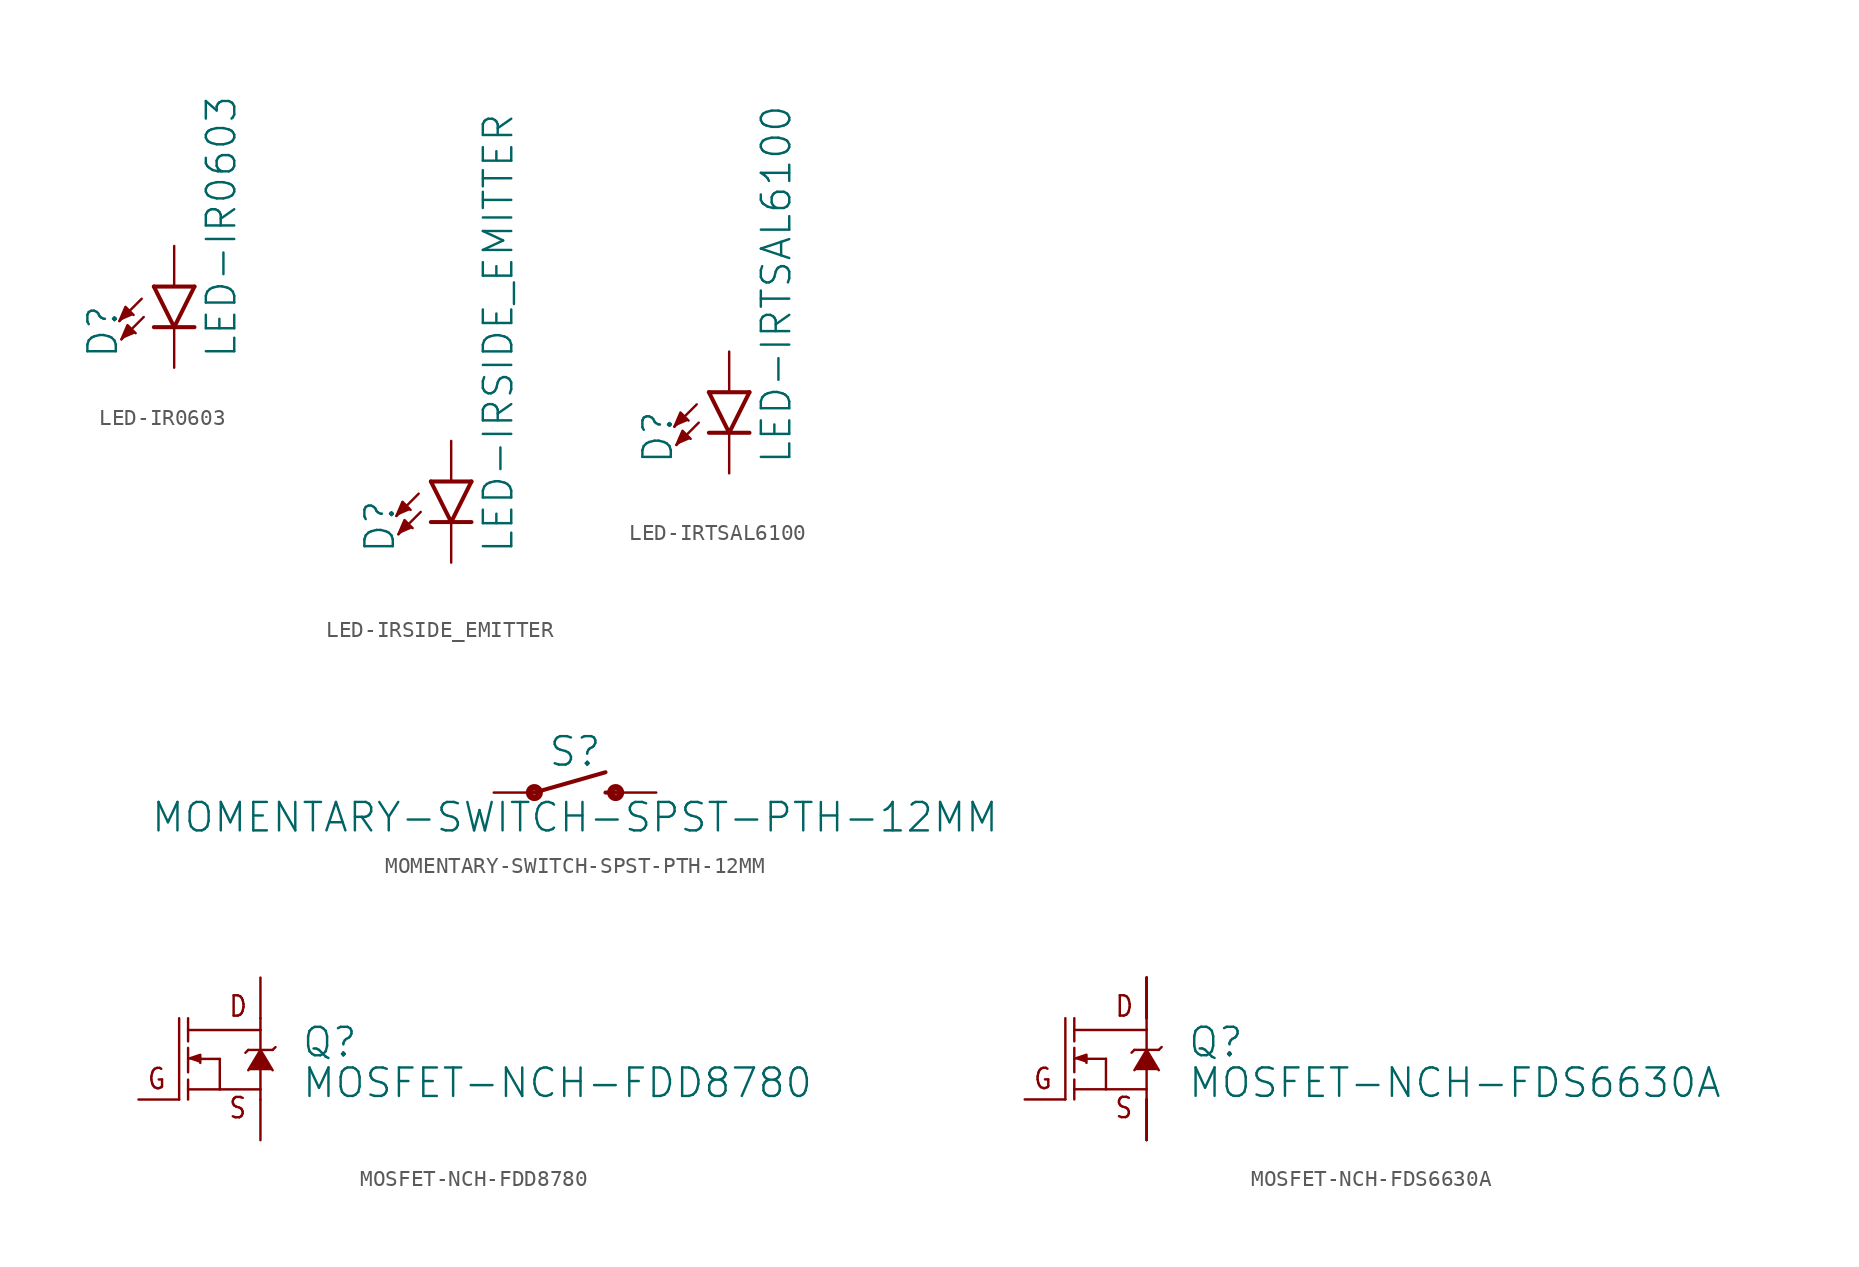
<source format=kicad_sym>
(kicad_symbol_lib
  (version 20211014)
  (generator kicad_symbol_editor)
  (symbol "LED-IR0603"
    (property "Reference" "D"
      (at -3.429 -4.572 90)
      (effects (font (size 1.778 1.778)) (justify left bottom)))
    (property "Value" "LED-IR0603"
      (at 1.905 -4.572 90)
      (effects (font (size 1.778 1.778)) (justify left top)))
    (property "ki_locked" ""
      (at 0 0 0)
      (effects (font (size 1.27 1.27))))
    (symbol "LED-IR0603_1_0"
      (polyline (pts (xy -2.032 -0.762) (xy -3.429 -2.159)) (stroke (width 0.152) (type default) (color 0 0 0 0)) (fill (type none)))
      (polyline (pts (xy -1.905 -1.905) (xy -3.302 -3.302)) (stroke (width 0.152) (type default) (color 0 0 0 0)) (fill (type none)))
      (polyline (pts (xy 0 -2.54) (xy -1.27 -2.54)) (stroke (width 0.254) (type default) (color 0 0 0 0)) (fill (type none)))
      (polyline (pts (xy 0 -2.54) (xy -1.27 0)) (stroke (width 0.254) (type default) (color 0 0 0 0)) (fill (type none)))
      (polyline (pts (xy 1.27 -2.54) (xy 0 -2.54)) (stroke (width 0.254) (type default) (color 0 0 0 0)) (fill (type none)))
      (polyline (pts (xy 1.27 0) (xy -1.27 0)) (stroke (width 0.254) (type default) (color 0 0 0 0)) (fill (type none)))
      (polyline (pts (xy 1.27 0) (xy 0 -2.54)) (stroke (width 0.254) (type default) (color 0 0 0 0)) (fill (type none)))
      (polyline (pts (xy -3.429 -2.159) (xy -3.048 -1.27) (xy -2.54 -1.778)) (stroke (width 0) (type default) (color 0 0 0 0)) (fill (type outline)))
      (polyline (pts (xy -3.302 -3.302) (xy -2.921 -2.413) (xy -2.413 -2.921)) (stroke (width 0) (type default) (color 0 0 0 0)) (fill (type outline)))
      (pin passive line (at 0 2.54 270) (length 2.54) (name "A" (effects (font (size 0 0)))) (number "A" (effects (font (size 0 0)))))
      (pin passive line (at 0 -5.08 90) (length 2.54) (name "C" (effects (font (size 0 0)))) (number "C" (effects (font (size 0 0)))))))
  (symbol "LED-IRSIDE_EMITTER"
    (property "Reference" "D"
      (at -3.429 -4.572 90)
      (effects (font (size 1.778 1.778)) (justify left bottom)))
    (property "Value" "LED-IRSIDE_EMITTER"
      (at 1.905 -4.572 90)
      (effects (font (size 1.778 1.778)) (justify left top)))
    (property "ki_locked" ""
      (at 0 0 0)
      (effects (font (size 1.27 1.27))))
    (symbol "LED-IRSIDE_EMITTER_1_0"
      (polyline (pts (xy -2.032 -0.762) (xy -3.429 -2.159)) (stroke (width 0.152) (type default) (color 0 0 0 0)) (fill (type none)))
      (polyline (pts (xy -1.905 -1.905) (xy -3.302 -3.302)) (stroke (width 0.152) (type default) (color 0 0 0 0)) (fill (type none)))
      (polyline (pts (xy 0 -2.54) (xy -1.27 -2.54)) (stroke (width 0.254) (type default) (color 0 0 0 0)) (fill (type none)))
      (polyline (pts (xy 0 -2.54) (xy -1.27 0)) (stroke (width 0.254) (type default) (color 0 0 0 0)) (fill (type none)))
      (polyline (pts (xy 1.27 -2.54) (xy 0 -2.54)) (stroke (width 0.254) (type default) (color 0 0 0 0)) (fill (type none)))
      (polyline (pts (xy 1.27 0) (xy -1.27 0)) (stroke (width 0.254) (type default) (color 0 0 0 0)) (fill (type none)))
      (polyline (pts (xy 1.27 0) (xy 0 -2.54)) (stroke (width 0.254) (type default) (color 0 0 0 0)) (fill (type none)))
      (polyline (pts (xy -3.429 -2.159) (xy -3.048 -1.27) (xy -2.54 -1.778)) (stroke (width 0) (type default) (color 0 0 0 0)) (fill (type outline)))
      (polyline (pts (xy -3.302 -3.302) (xy -2.921 -2.413) (xy -2.413 -2.921)) (stroke (width 0) (type default) (color 0 0 0 0)) (fill (type outline)))
      (pin passive line (at 0 2.54 270) (length 2.54) (name "A" (effects (font (size 0 0)))) (number "A" (effects (font (size 0 0)))))
      (pin passive line (at 0 -5.08 90) (length 2.54) (name "C" (effects (font (size 0 0)))) (number "C" (effects (font (size 0 0)))))))
  (symbol "LED-IRTSAL6100"
    (property "Reference" "D"
      (at -3.429 -4.572 90)
      (effects (font (size 1.778 1.778)) (justify left bottom)))
    (property "Value" "LED-IRTSAL6100"
      (at 1.905 -4.572 90)
      (effects (font (size 1.778 1.778)) (justify left top)))
    (property "ki_locked" ""
      (at 0 0 0)
      (effects (font (size 1.27 1.27))))
    (symbol "LED-IRTSAL6100_1_0"
      (polyline (pts (xy -2.032 -0.762) (xy -3.429 -2.159)) (stroke (width 0.152) (type default) (color 0 0 0 0)) (fill (type none)))
      (polyline (pts (xy -1.905 -1.905) (xy -3.302 -3.302)) (stroke (width 0.152) (type default) (color 0 0 0 0)) (fill (type none)))
      (polyline (pts (xy 0 -2.54) (xy -1.27 -2.54)) (stroke (width 0.254) (type default) (color 0 0 0 0)) (fill (type none)))
      (polyline (pts (xy 0 -2.54) (xy -1.27 0)) (stroke (width 0.254) (type default) (color 0 0 0 0)) (fill (type none)))
      (polyline (pts (xy 1.27 -2.54) (xy 0 -2.54)) (stroke (width 0.254) (type default) (color 0 0 0 0)) (fill (type none)))
      (polyline (pts (xy 1.27 0) (xy -1.27 0)) (stroke (width 0.254) (type default) (color 0 0 0 0)) (fill (type none)))
      (polyline (pts (xy 1.27 0) (xy 0 -2.54)) (stroke (width 0.254) (type default) (color 0 0 0 0)) (fill (type none)))
      (polyline (pts (xy -3.429 -2.159) (xy -3.048 -1.27) (xy -2.54 -1.778)) (stroke (width 0) (type default) (color 0 0 0 0)) (fill (type outline)))
      (polyline (pts (xy -3.302 -3.302) (xy -2.921 -2.413) (xy -2.413 -2.921)) (stroke (width 0) (type default) (color 0 0 0 0)) (fill (type outline)))
      (pin passive line (at 0 2.54 270) (length 2.54) (name "A" (effects (font (size 0 0)))) (number "A" (effects (font (size 0 0)))))
      (pin passive line (at 0 -5.08 90) (length 2.54) (name "C" (effects (font (size 0 0)))) (number "K" (effects (font (size 0 0)))))))
  (symbol "MOMENTARY-SWITCH-SPST-PTH-12MM"
    (property "Reference" "S"
      (at 0 1.524 0)
      (effects (font (size 1.778 1.778)) (justify bottom)))
    (property "Value" "MOMENTARY-SWITCH-SPST-PTH-12MM"
      (at 0 -0.508 0)
      (effects (font (size 1.778 1.778)) (justify top)))
    (property "ki_locked" ""
      (at 0 0 0)
      (effects (font (size 1.27 1.27))))
    (symbol "MOMENTARY-SWITCH-SPST-PTH-12MM_1_0"
      (circle (center -2.54 0) (radius 0.127) (stroke (width 0.406) (type default) (color 0 0 0 0)) (fill (type none)))
      (polyline (pts (xy -2.54 0) (xy 1.905 1.27)) (stroke (width 0.254) (type default) (color 0 0 0 0)) (fill (type none)))
      (polyline (pts (xy 1.905 0) (xy 2.54 0)) (stroke (width 0.254) (type default) (color 0 0 0 0)) (fill (type none)))
      (circle (center 2.54 0) (radius 0.127) (stroke (width 0.406) (type default) (color 0 0 0 0)) (fill (type none)))
      (pin passive line (at -5.08 0 0) (length 2.54) (name "1" (effects (font (size 0 0)))) (number "1" (effects (font (size 0 0)))))
      (pin passive line (at 5.08 0 180) (length 2.54) (name "2" (effects (font (size 0 0)))) (number "3" (effects (font (size 0 0)))))))
  (symbol "MOSFET-NCH-FDD8780"
    (property "Reference" "Q"
      (at 5.08 0 0)
      (effects (font (size 1.778 1.778)) (justify left bottom)))
    (property "Value" "MOSFET-NCH-FDD8780"
      (at 5.08 -2.54 0)
      (effects (font (size 1.778 1.778)) (justify left bottom)))
    (property "ki_locked" ""
      (at 0 0 0)
      (effects (font (size 1.27 1.27))))
    (symbol "MOSFET-NCH-FDD8780_1_0"
      (polyline (pts (xy -2.54 -2.54) (xy -2.54 2.54)) (stroke (width 0.152) (type default) (color 0 0 0 0)) (fill (type none)))
      (polyline (pts (xy -1.981 -1.905) (xy -1.981 -2.54)) (stroke (width 0.152) (type default) (color 0 0 0 0)) (fill (type none)))
      (polyline (pts (xy -1.981 -1.905) (xy 0 -1.905)) (stroke (width 0.152) (type default) (color 0 0 0 0)) (fill (type none)))
      (polyline (pts (xy -1.981 -1.295) (xy -1.981 -1.905)) (stroke (width 0.152) (type default) (color 0 0 0 0)) (fill (type none)))
      (polyline (pts (xy -1.981 0.686) (xy -1.981 -0.838)) (stroke (width 0.152) (type default) (color 0 0 0 0)) (fill (type none)))
      (polyline (pts (xy -1.981 1.803) (xy -1.981 1.092)) (stroke (width 0.152) (type default) (color 0 0 0 0)) (fill (type none)))
      (polyline (pts (xy -1.981 1.803) (xy 2.54 1.803)) (stroke (width 0.152) (type default) (color 0 0 0 0)) (fill (type none)))
      (polyline (pts (xy -1.981 2.54) (xy -1.981 1.803)) (stroke (width 0.152) (type default) (color 0 0 0 0)) (fill (type none)))
      (polyline (pts (xy 0 -1.905) (xy 0 0)) (stroke (width 0.152) (type default) (color 0 0 0 0)) (fill (type none)))
      (polyline (pts (xy 0 0) (xy -1.219 0)) (stroke (width 0.152) (type default) (color 0 0 0 0)) (fill (type none)))
      (polyline (pts (xy 1.6 0.381) (xy 1.778 0.559)) (stroke (width 0.152) (type default) (color 0 0 0 0)) (fill (type none)))
      (polyline (pts (xy 2.54 -2.54) (xy 2.54 -1.905)) (stroke (width 0.152) (type default) (color 0 0 0 0)) (fill (type none)))
      (polyline (pts (xy 2.54 -1.905) (xy 0 -1.905)) (stroke (width 0.152) (type default) (color 0 0 0 0)) (fill (type none)))
      (polyline (pts (xy 2.54 -0.711) (xy 2.54 -1.905)) (stroke (width 0.152) (type default) (color 0 0 0 0)) (fill (type none)))
      (polyline (pts (xy 2.54 0.559) (xy 1.778 0.559)) (stroke (width 0.152) (type default) (color 0 0 0 0)) (fill (type none)))
      (polyline (pts (xy 2.54 0.559) (xy 3.302 0.559)) (stroke (width 0.152) (type default) (color 0 0 0 0)) (fill (type none)))
      (polyline (pts (xy 2.54 1.803) (xy 2.54 0.559)) (stroke (width 0.152) (type default) (color 0 0 0 0)) (fill (type none)))
      (polyline (pts (xy 2.54 2.54) (xy 2.54 1.803)) (stroke (width 0.152) (type default) (color 0 0 0 0)) (fill (type none)))
      (polyline (pts (xy 3.302 0.559) (xy 3.48 0.737)) (stroke (width 0.152) (type default) (color 0 0 0 0)) (fill (type none)))
      (polyline (pts (xy -1.981 0) (xy -1.219 0.254) (xy -1.219 -0.254)) (stroke (width 0) (type default) (color 0 0 0 0)) (fill (type outline)))
      (polyline (pts (xy 1.778 -0.711) (xy 2.54 0.559) (xy 3.302 -0.711)) (stroke (width 0) (type default) (color 0 0 0 0)) (fill (type outline)))
      (text "D" (at 0.508 2.54 0) (effects (font (size 1.27 1.079)) (justify left bottom)))
      (text "G" (at -3.302 -0.508 0) (effects (font (size 1.27 1.079)) (justify right top)))
      (text "S" (at 0.508 -3.81 0) (effects (font (size 1.27 1.079)) (justify left bottom)))
      (pin bidirectional line (at -5.08 -2.54 0) (length 2.54) (name "G" (effects (font (size 0 0)))) (number "1" (effects (font (size 0 0)))))
      (pin bidirectional line (at 2.54 5.08 270) (length 2.54) (name "D" (effects (font (size 0 0)))) (number "2" (effects (font (size 0 0)))))
      (pin bidirectional line (at 2.54 -5.08 90) (length 2.54) (name "S" (effects (font (size 0 0)))) (number "3" (effects (font (size 0 0)))))))
  (symbol "MOSFET-NCH-FDS6630A"
    (property "Reference" "Q"
      (at 5.08 0 0)
      (effects (font (size 1.778 1.778)) (justify left bottom)))
    (property "Value" "MOSFET-NCH-FDS6630A"
      (at 5.08 -2.54 0)
      (effects (font (size 1.778 1.778)) (justify left bottom)))
    (property "ki_locked" ""
      (at 0 0 0)
      (effects (font (size 1.27 1.27))))
    (symbol "MOSFET-NCH-FDS6630A_1_0"
      (polyline (pts (xy -2.54 -2.54) (xy -2.54 2.54)) (stroke (width 0.152) (type default) (color 0 0 0 0)) (fill (type none)))
      (polyline (pts (xy -1.981 -1.905) (xy -1.981 -2.54)) (stroke (width 0.152) (type default) (color 0 0 0 0)) (fill (type none)))
      (polyline (pts (xy -1.981 -1.905) (xy 0 -1.905)) (stroke (width 0.152) (type default) (color 0 0 0 0)) (fill (type none)))
      (polyline (pts (xy -1.981 -1.295) (xy -1.981 -1.905)) (stroke (width 0.152) (type default) (color 0 0 0 0)) (fill (type none)))
      (polyline (pts (xy -1.981 0.686) (xy -1.981 -0.838)) (stroke (width 0.152) (type default) (color 0 0 0 0)) (fill (type none)))
      (polyline (pts (xy -1.981 1.803) (xy -1.981 1.092)) (stroke (width 0.152) (type default) (color 0 0 0 0)) (fill (type none)))
      (polyline (pts (xy -1.981 1.803) (xy 2.54 1.803)) (stroke (width 0.152) (type default) (color 0 0 0 0)) (fill (type none)))
      (polyline (pts (xy -1.981 2.54) (xy -1.981 1.803)) (stroke (width 0.152) (type default) (color 0 0 0 0)) (fill (type none)))
      (polyline (pts (xy 0 -1.905) (xy 0 0)) (stroke (width 0.152) (type default) (color 0 0 0 0)) (fill (type none)))
      (polyline (pts (xy 0 0) (xy -1.219 0)) (stroke (width 0.152) (type default) (color 0 0 0 0)) (fill (type none)))
      (polyline (pts (xy 1.6 0.381) (xy 1.778 0.559)) (stroke (width 0.152) (type default) (color 0 0 0 0)) (fill (type none)))
      (polyline (pts (xy 2.54 -2.54) (xy 2.54 -1.905)) (stroke (width 0.152) (type default) (color 0 0 0 0)) (fill (type none)))
      (polyline (pts (xy 2.54 -1.905) (xy 0 -1.905)) (stroke (width 0.152) (type default) (color 0 0 0 0)) (fill (type none)))
      (polyline (pts (xy 2.54 -0.711) (xy 2.54 -1.905)) (stroke (width 0.152) (type default) (color 0 0 0 0)) (fill (type none)))
      (polyline (pts (xy 2.54 0.559) (xy 1.778 0.559)) (stroke (width 0.152) (type default) (color 0 0 0 0)) (fill (type none)))
      (polyline (pts (xy 2.54 0.559) (xy 3.302 0.559)) (stroke (width 0.152) (type default) (color 0 0 0 0)) (fill (type none)))
      (polyline (pts (xy 2.54 1.803) (xy 2.54 0.559)) (stroke (width 0.152) (type default) (color 0 0 0 0)) (fill (type none)))
      (polyline (pts (xy 2.54 2.54) (xy 2.54 1.803)) (stroke (width 0.152) (type default) (color 0 0 0 0)) (fill (type none)))
      (polyline (pts (xy 3.302 0.559) (xy 3.48 0.737)) (stroke (width 0.152) (type default) (color 0 0 0 0)) (fill (type none)))
      (polyline (pts (xy -1.981 0) (xy -1.219 0.254) (xy -1.219 -0.254)) (stroke (width 0) (type default) (color 0 0 0 0)) (fill (type outline)))
      (polyline (pts (xy 1.778 -0.711) (xy 2.54 0.559) (xy 3.302 -0.711)) (stroke (width 0) (type default) (color 0 0 0 0)) (fill (type outline)))
      (text "D" (at 0.508 2.54 0) (effects (font (size 1.27 1.079)) (justify left bottom)))
      (text "G" (at -3.302 -0.508 0) (effects (font (size 1.27 1.079)) (justify right top)))
      (text "S" (at 0.508 -3.81 0) (effects (font (size 1.27 1.079)) (justify left bottom)))
      (pin bidirectional line (at 2.54 -5.08 90) (length 2.54) (name "S" (effects (font (size 0 0)))) (number "1" (effects (font (size 0 0)))))
      (pin bidirectional line (at 2.54 -5.08 90) (length 2.54) (name "S" (effects (font (size 0 0)))) (number "2" (effects (font (size 0 0)))))
      (pin bidirectional line (at 2.54 -5.08 90) (length 2.54) (name "S" (effects (font (size 0 0)))) (number "3" (effects (font (size 0 0)))))
      (pin bidirectional line (at -5.08 -2.54 0) (length 2.54) (name "G" (effects (font (size 0 0)))) (number "4" (effects (font (size 0 0)))))
      (pin bidirectional line (at 2.54 5.08 270) (length 2.54) (name "D" (effects (font (size 0 0)))) (number "5" (effects (font (size 0 0)))))
      (pin bidirectional line (at 2.54 5.08 270) (length 2.54) (name "D" (effects (font (size 0 0)))) (number "6" (effects (font (size 0 0)))))
      (pin bidirectional line (at 2.54 5.08 270) (length 2.54) (name "D" (effects (font (size 0 0)))) (number "7" (effects (font (size 0 0)))))
      (pin bidirectional line (at 2.54 5.08 270) (length 2.54) (name "D" (effects (font (size 0 0)))) (number "8" (effects (font (size 0 0))))))))
</source>
